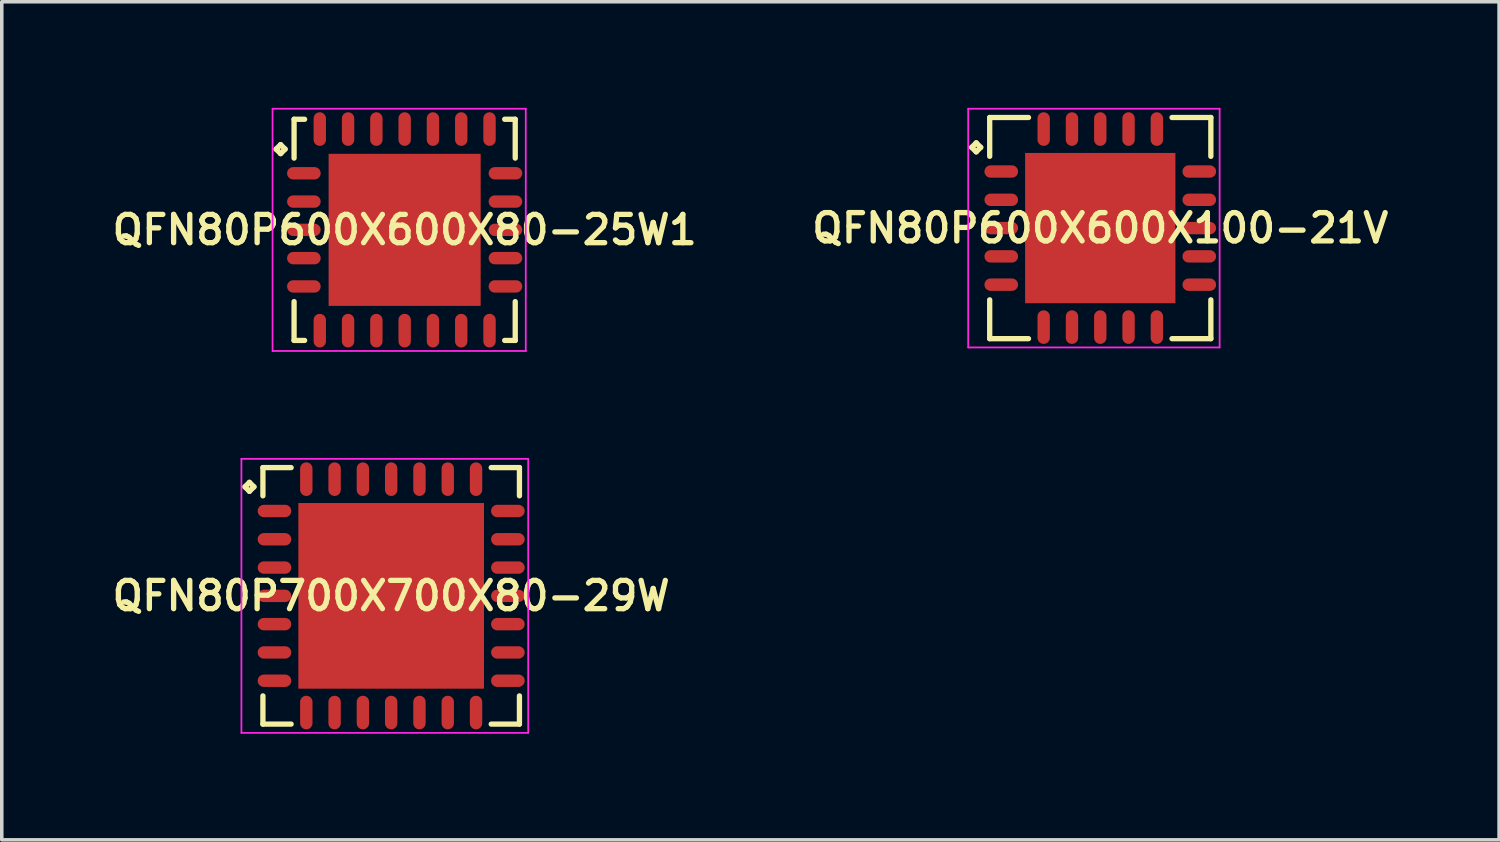
<source format=kicad_pcb>
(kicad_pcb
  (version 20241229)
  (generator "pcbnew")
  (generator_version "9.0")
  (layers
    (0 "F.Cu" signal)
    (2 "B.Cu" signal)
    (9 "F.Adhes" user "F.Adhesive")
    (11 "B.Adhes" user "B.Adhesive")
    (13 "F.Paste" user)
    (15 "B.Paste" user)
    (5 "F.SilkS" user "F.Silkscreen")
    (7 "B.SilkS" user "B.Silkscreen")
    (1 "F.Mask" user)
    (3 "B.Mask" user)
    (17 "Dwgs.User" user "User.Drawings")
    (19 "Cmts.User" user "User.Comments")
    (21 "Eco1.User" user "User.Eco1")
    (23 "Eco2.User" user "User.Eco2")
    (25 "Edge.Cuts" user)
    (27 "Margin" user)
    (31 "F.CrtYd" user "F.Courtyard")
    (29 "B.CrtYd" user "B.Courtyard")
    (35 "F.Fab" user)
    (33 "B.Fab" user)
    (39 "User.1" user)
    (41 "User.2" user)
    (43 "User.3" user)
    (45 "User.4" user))
  (footprint "QFN80P600X600X100-21V"
    (layer "F.Cu")
    (at 28.064 3.4)
    (property "Reference" "QFN80P600X600X100-21V" (at 0 0 0) (layer "F.SilkS") (effects (font (size 0.8 0.8) (thickness 0.15))))
    (attr smd)
    (fp_line (start -3.635 -2.283) (end -3.508 -2.41) (stroke (width 0.15) (type solid)) (layer "F.SilkS"))
    (fp_line (start -3.508 -2.41) (end -3.381 -2.283) (stroke (width 0.15) (type solid)) (layer "F.SilkS"))
    (fp_line (start -3.508 -2.156) (end -3.635 -2.283) (stroke (width 0.15) (type solid)) (layer "F.SilkS"))
    (fp_line (start -3.381 -2.283) (end -3.508 -2.156) (stroke (width 0.15) (type solid)) (layer "F.SilkS"))
    (fp_line (start -3.127 -3.127) (end -2.029 -3.127) (stroke (width 0.15) (type solid)) (layer "F.SilkS"))
    (fp_line (start -3.127 -2.029) (end -3.127 -3.127) (stroke (width 0.15) (type solid)) (layer "F.SilkS"))
    (fp_line (start -3.127 2.029) (end -3.127 3.127) (stroke (width 0.15) (type solid)) (layer "F.SilkS"))
    (fp_line (start -3.127 3.127) (end -2.029 3.127) (stroke (width 0.15) (type solid)) (layer "F.SilkS"))
    (fp_line (start 2.029 -3.127) (end 3.127 -3.127) (stroke (width 0.15) (type solid)) (layer "F.SilkS"))
    (fp_line (start 2.029 3.127) (end 3.127 3.127) (stroke (width 0.15) (type solid)) (layer "F.SilkS"))
    (fp_line (start 3.127 -3.127) (end 3.127 -2.029) (stroke (width 0.15) (type solid)) (layer "F.SilkS"))
    (fp_line (start 3.127 3.127) (end 3.127 2.029) (stroke (width 0.15) (type solid)) (layer "F.SilkS"))
    (fp_line (start -3.735 -3.375) (end 3.375 -3.375) (stroke (width 0.05) (type solid)) (layer "F.CrtYd"))
    (fp_line (start -3.735 3.375) (end -3.735 -3.375) (stroke (width 0.05) (type solid)) (layer "F.CrtYd"))
    (fp_line (start 3.375 -3.375) (end 3.375 3.375) (stroke (width 0.05) (type solid)) (layer "F.CrtYd"))
    (fp_line (start 3.375 3.375) (end -3.735 3.375) (stroke (width 0.05) (type solid)) (layer "F.CrtYd"))
    (pad "1" smd oval (at -2.8 -1.6) (size 0.95 0.35) (layers "F.Cu" "F.Mask" "F.Paste"))
    (pad "2" smd oval (at -2.8 -0.8) (size 0.95 0.35) (layers "F.Cu" "F.Mask" "F.Paste"))
    (pad "3" smd oval (at -2.8 0) (size 0.95 0.35) (layers "F.Cu" "F.Mask" "F.Paste"))
    (pad "4" smd oval (at -2.8 0.8) (size 0.95 0.35) (layers "F.Cu" "F.Mask" "F.Paste"))
    (pad "5" smd oval (at -2.8 1.6) (size 0.95 0.35) (layers "F.Cu" "F.Mask" "F.Paste"))
    (pad "6" smd oval (at -1.6 2.8) (size 0.35 0.95) (layers "F.Cu" "F.Mask" "F.Paste"))
    (pad "7" smd oval (at -0.8 2.8) (size 0.35 0.95) (layers "F.Cu" "F.Mask" "F.Paste"))
    (pad "8" smd oval (at 0 2.8) (size 0.35 0.95) (layers "F.Cu" "F.Mask" "F.Paste"))
    (pad "9" smd oval (at 0.8 2.8) (size 0.35 0.95) (layers "F.Cu" "F.Mask" "F.Paste"))
    (pad "10" smd oval (at 1.6 2.8) (size 0.35 0.95) (layers "F.Cu" "F.Mask" "F.Paste"))
    (pad "11" smd oval (at 2.8 1.6) (size 0.95 0.35) (layers "F.Cu" "F.Mask" "F.Paste"))
    (pad "12" smd oval (at 2.8 0.8) (size 0.95 0.35) (layers "F.Cu" "F.Mask" "F.Paste"))
    (pad "13" smd oval (at 2.8 0) (size 0.95 0.35) (layers "F.Cu" "F.Mask" "F.Paste"))
    (pad "14" smd oval (at 2.8 -0.8) (size 0.95 0.35) (layers "F.Cu" "F.Mask" "F.Paste"))
    (pad "15" smd oval (at 2.8 -1.6) (size 0.95 0.35) (layers "F.Cu" "F.Mask" "F.Paste"))
    (pad "16" smd oval (at 1.6 -2.8) (size 0.35 0.95) (layers "F.Cu" "F.Mask" "F.Paste"))
    (pad "17" smd oval (at 0.8 -2.8) (size 0.35 0.95) (layers "F.Cu" "F.Mask" "F.Paste"))
    (pad "18" smd oval (at 0 -2.8) (size 0.35 0.95) (layers "F.Cu" "F.Mask" "F.Paste"))
    (pad "19" smd oval (at -0.8 -2.8) (size 0.35 0.95) (layers "F.Cu" "F.Mask" "F.Paste"))
    (pad "20" smd oval (at -1.6 -2.8) (size 0.35 0.95) (layers "F.Cu" "F.Mask" "F.Paste"))
    (pad "21" smd rect (at 0 0) (size 4.25 4.25) (layers "F.Cu" "F.Mask" "F.Paste")))
  (footprint "QFN80P700X700X80-29W"
    (layer "F.Cu")
    (at 8.012 13.8)
    (property "Reference" "QFN80P700X700X80-29W" (at 0 0 0) (layer "F.SilkS") (effects (font (size 0.8 0.8) (thickness 0.15))))
    (attr smd)
    (fp_line (start -4.135 -3.083) (end -4.008 -3.21) (stroke (width 0.15) (type solid)) (layer "F.SilkS"))
    (fp_line (start -4.008 -3.21) (end -3.881 -3.083) (stroke (width 0.15) (type solid)) (layer "F.SilkS"))
    (fp_line (start -4.008 -2.956) (end -4.135 -3.083) (stroke (width 0.15) (type solid)) (layer "F.SilkS"))
    (fp_line (start -3.881 -3.083) (end -4.008 -2.956) (stroke (width 0.15) (type solid)) (layer "F.SilkS"))
    (fp_line (start -3.627 -3.627) (end -2.829 -3.627) (stroke (width 0.15) (type solid)) (layer "F.SilkS"))
    (fp_line (start -3.627 -2.829) (end -3.627 -3.627) (stroke (width 0.15) (type solid)) (layer "F.SilkS"))
    (fp_line (start -3.627 2.829) (end -3.627 3.627) (stroke (width 0.15) (type solid)) (layer "F.SilkS"))
    (fp_line (start -3.627 3.627) (end -2.829 3.627) (stroke (width 0.15) (type solid)) (layer "F.SilkS"))
    (fp_line (start 2.829 -3.627) (end 3.627 -3.627) (stroke (width 0.15) (type solid)) (layer "F.SilkS"))
    (fp_line (start 2.829 3.627) (end 3.627 3.627) (stroke (width 0.15) (type solid)) (layer "F.SilkS"))
    (fp_line (start 3.627 -3.627) (end 3.627 -2.829) (stroke (width 0.15) (type solid)) (layer "F.SilkS"))
    (fp_line (start 3.627 3.627) (end 3.627 2.829) (stroke (width 0.15) (type solid)) (layer "F.SilkS"))
    (fp_line (start -4.235 -3.875) (end 3.875 -3.875) (stroke (width 0.05) (type solid)) (layer "F.CrtYd"))
    (fp_line (start -4.235 3.875) (end -4.235 -3.875) (stroke (width 0.05) (type solid)) (layer "F.CrtYd"))
    (fp_line (start 3.875 -3.875) (end 3.875 3.875) (stroke (width 0.05) (type solid)) (layer "F.CrtYd"))
    (fp_line (start 3.875 3.875) (end -4.235 3.875) (stroke (width 0.05) (type solid)) (layer "F.CrtYd"))
    (pad "1" smd oval (at -3.3 -2.4) (size 0.95 0.35) (layers "F.Cu" "F.Mask" "F.Paste"))
    (pad "2" smd oval (at -3.3 -1.6) (size 0.95 0.35) (layers "F.Cu" "F.Mask" "F.Paste"))
    (pad "3" smd oval (at -3.3 -0.8) (size 0.95 0.35) (layers "F.Cu" "F.Mask" "F.Paste"))
    (pad "4" smd oval (at -3.3 0) (size 0.95 0.35) (layers "F.Cu" "F.Mask" "F.Paste"))
    (pad "5" smd oval (at -3.3 0.8) (size 0.95 0.35) (layers "F.Cu" "F.Mask" "F.Paste"))
    (pad "6" smd oval (at -3.3 1.6) (size 0.95 0.35) (layers "F.Cu" "F.Mask" "F.Paste"))
    (pad "7" smd oval (at -3.3 2.4) (size 0.95 0.35) (layers "F.Cu" "F.Mask" "F.Paste"))
    (pad "8" smd oval (at -2.4 3.3) (size 0.35 0.95) (layers "F.Cu" "F.Mask" "F.Paste"))
    (pad "9" smd oval (at -1.6 3.3) (size 0.35 0.95) (layers "F.Cu" "F.Mask" "F.Paste"))
    (pad "10" smd oval (at -0.8 3.3) (size 0.35 0.95) (layers "F.Cu" "F.Mask" "F.Paste"))
    (pad "11" smd oval (at 0 3.3) (size 0.35 0.95) (layers "F.Cu" "F.Mask" "F.Paste"))
    (pad "12" smd oval (at 0.8 3.3) (size 0.35 0.95) (layers "F.Cu" "F.Mask" "F.Paste"))
    (pad "13" smd oval (at 1.6 3.3) (size 0.35 0.95) (layers "F.Cu" "F.Mask" "F.Paste"))
    (pad "14" smd oval (at 2.4 3.3) (size 0.35 0.95) (layers "F.Cu" "F.Mask" "F.Paste"))
    (pad "15" smd oval (at 3.3 2.4) (size 0.95 0.35) (layers "F.Cu" "F.Mask" "F.Paste"))
    (pad "16" smd oval (at 3.3 1.6) (size 0.95 0.35) (layers "F.Cu" "F.Mask" "F.Paste"))
    (pad "17" smd oval (at 3.3 0.8) (size 0.95 0.35) (layers "F.Cu" "F.Mask" "F.Paste"))
    (pad "18" smd oval (at 3.3 0) (size 0.95 0.35) (layers "F.Cu" "F.Mask" "F.Paste"))
    (pad "19" smd oval (at 3.3 -0.8) (size 0.95 0.35) (layers "F.Cu" "F.Mask" "F.Paste"))
    (pad "20" smd oval (at 3.3 -1.6) (size 0.95 0.35) (layers "F.Cu" "F.Mask" "F.Paste"))
    (pad "21" smd oval (at 3.3 -2.4) (size 0.95 0.35) (layers "F.Cu" "F.Mask" "F.Paste"))
    (pad "22" smd oval (at 2.4 -3.3) (size 0.35 0.95) (layers "F.Cu" "F.Mask" "F.Paste"))
    (pad "23" smd oval (at 1.6 -3.3) (size 0.35 0.95) (layers "F.Cu" "F.Mask" "F.Paste"))
    (pad "24" smd oval (at 0.8 -3.3) (size 0.35 0.95) (layers "F.Cu" "F.Mask" "F.Paste"))
    (pad "25" smd oval (at 0 -3.3) (size 0.35 0.95) (layers "F.Cu" "F.Mask" "F.Paste"))
    (pad "26" smd oval (at -0.8 -3.3) (size 0.35 0.95) (layers "F.Cu" "F.Mask" "F.Paste"))
    (pad "27" smd oval (at -1.6 -3.3) (size 0.35 0.95) (layers "F.Cu" "F.Mask" "F.Paste"))
    (pad "28" smd oval (at -2.4 -3.3) (size 0.35 0.95) (layers "F.Cu" "F.Mask" "F.Paste"))
    (pad "29" smd rect (at 0 0) (size 5.25 5.25) (layers "F.Cu" "F.Mask" "F.Paste")))
  (footprint "QFN80P600X600X80-25W1"
    (layer "F.Cu")
    (at 8.393 3.45)
    (property "Reference" "QFN80P600X600X80-25W1" (at 0 0 0) (layer "F.SilkS") (effects (font (size 0.8 0.8) (thickness 0.15))))
    (attr smd)
    (fp_line (start -3.635 -2.283) (end -3.508 -2.41) (stroke (width 0.15) (type solid)) (layer "F.SilkS"))
    (fp_line (start -3.508 -2.41) (end -3.381 -2.283) (stroke (width 0.15) (type solid)) (layer "F.SilkS"))
    (fp_line (start -3.508 -2.156) (end -3.635 -2.283) (stroke (width 0.15) (type solid)) (layer "F.SilkS"))
    (fp_line (start -3.381 -2.283) (end -3.508 -2.156) (stroke (width 0.15) (type solid)) (layer "F.SilkS"))
    (fp_line (start -3.127 -3.127) (end -2.829 -3.127) (stroke (width 0.15) (type solid)) (layer "F.SilkS"))
    (fp_line (start -3.127 -2.029) (end -3.127 -3.127) (stroke (width 0.15) (type solid)) (layer "F.SilkS"))
    (fp_line (start -3.127 2.029) (end -3.127 3.127) (stroke (width 0.15) (type solid)) (layer "F.SilkS"))
    (fp_line (start -3.127 3.127) (end -2.829 3.127) (stroke (width 0.15) (type solid)) (layer "F.SilkS"))
    (fp_line (start 2.829 -3.127) (end 3.127 -3.127) (stroke (width 0.15) (type solid)) (layer "F.SilkS"))
    (fp_line (start 2.829 3.127) (end 3.127 3.127) (stroke (width 0.15) (type solid)) (layer "F.SilkS"))
    (fp_line (start 3.127 -3.127) (end 3.127 -2.029) (stroke (width 0.15) (type solid)) (layer "F.SilkS"))
    (fp_line (start 3.127 3.127) (end 3.127 2.029) (stroke (width 0.15) (type solid)) (layer "F.SilkS"))
    (fp_line (start -3.735 -3.425) (end 3.425 -3.425) (stroke (width 0.05) (type solid)) (layer "F.CrtYd"))
    (fp_line (start -3.735 3.425) (end -3.735 -3.425) (stroke (width 0.05) (type solid)) (layer "F.CrtYd"))
    (fp_line (start 3.425 -3.425) (end 3.425 3.425) (stroke (width 0.05) (type solid)) (layer "F.CrtYd"))
    (fp_line (start 3.425 3.425) (end -3.735 3.425) (stroke (width 0.05) (type solid)) (layer "F.CrtYd"))
    (pad "1" smd oval (at -2.85 -1.6) (size 0.95 0.35) (layers "F.Cu" "F.Mask" "F.Paste"))
    (pad "2" smd oval (at -2.85 -0.8) (size 0.95 0.35) (layers "F.Cu" "F.Mask" "F.Paste"))
    (pad "3" smd oval (at -2.85 0) (size 0.95 0.35) (layers "F.Cu" "F.Mask" "F.Paste"))
    (pad "4" smd oval (at -2.85 0.8) (size 0.95 0.35) (layers "F.Cu" "F.Mask" "F.Paste"))
    (pad "5" smd oval (at -2.85 1.6) (size 0.95 0.35) (layers "F.Cu" "F.Mask" "F.Paste"))
    (pad "6" smd oval (at -2.4 2.85) (size 0.35 0.95) (layers "F.Cu" "F.Mask" "F.Paste"))
    (pad "7" smd oval (at -1.6 2.85) (size 0.35 0.95) (layers "F.Cu" "F.Mask" "F.Paste"))
    (pad "8" smd oval (at -0.8 2.85) (size 0.35 0.95) (layers "F.Cu" "F.Mask" "F.Paste"))
    (pad "9" smd oval (at 0 2.85) (size 0.35 0.95) (layers "F.Cu" "F.Mask" "F.Paste"))
    (pad "10" smd oval (at 0.8 2.85) (size 0.35 0.95) (layers "F.Cu" "F.Mask" "F.Paste"))
    (pad "11" smd oval (at 1.6 2.85) (size 0.35 0.95) (layers "F.Cu" "F.Mask" "F.Paste"))
    (pad "12" smd oval (at 2.4 2.85) (size 0.35 0.95) (layers "F.Cu" "F.Mask" "F.Paste"))
    (pad "13" smd oval (at 2.85 1.6) (size 0.95 0.35) (layers "F.Cu" "F.Mask" "F.Paste"))
    (pad "14" smd oval (at 2.85 0.8) (size 0.95 0.35) (layers "F.Cu" "F.Mask" "F.Paste"))
    (pad "15" smd oval (at 2.85 0) (size 0.95 0.35) (layers "F.Cu" "F.Mask" "F.Paste"))
    (pad "16" smd oval (at 2.85 -0.8) (size 0.95 0.35) (layers "F.Cu" "F.Mask" "F.Paste"))
    (pad "17" smd oval (at 2.85 -1.6) (size 0.95 0.35) (layers "F.Cu" "F.Mask" "F.Paste"))
    (pad "18" smd oval (at 2.4 -2.85) (size 0.35 0.95) (layers "F.Cu" "F.Mask" "F.Paste"))
    (pad "19" smd oval (at 1.6 -2.85) (size 0.35 0.95) (layers "F.Cu" "F.Mask" "F.Paste"))
    (pad "20" smd oval (at 0.8 -2.85) (size 0.35 0.95) (layers "F.Cu" "F.Mask" "F.Paste"))
    (pad "21" smd oval (at 0 -2.85) (size 0.35 0.95) (layers "F.Cu" "F.Mask" "F.Paste"))
    (pad "22" smd oval (at -0.8 -2.85) (size 0.35 0.95) (layers "F.Cu" "F.Mask" "F.Paste"))
    (pad "23" smd oval (at -1.6 -2.85) (size 0.35 0.95) (layers "F.Cu" "F.Mask" "F.Paste"))
    (pad "24" smd oval (at -2.4 -2.85) (size 0.35 0.95) (layers "F.Cu" "F.Mask" "F.Paste"))
    (pad "25" smd rect (at 0 0) (size 4.3 4.3) (layers "F.Cu" "F.Mask" "F.Paste")))
  (gr_rect
    (start -3 -3)
    (end 39.342 20.7)
    (stroke (width 0.1) (type default))
    (fill no)
    (layer "Edge.Cuts")))
</source>
